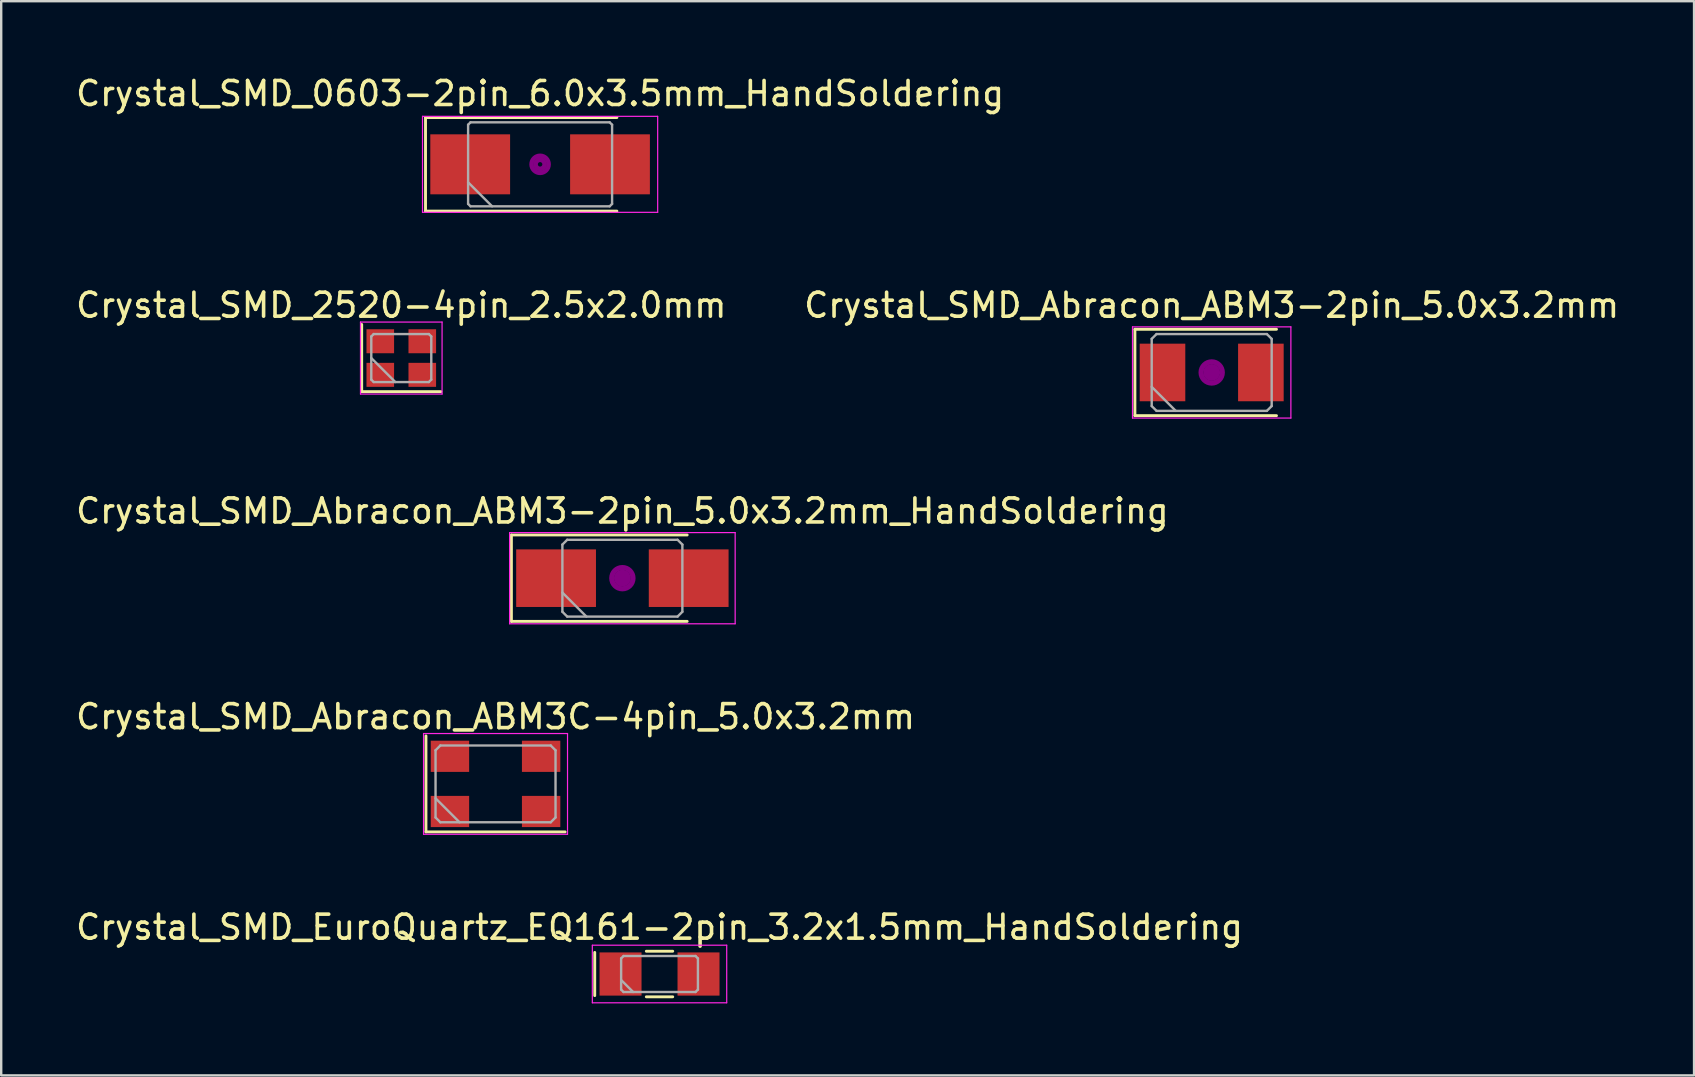
<source format=kicad_pcb>
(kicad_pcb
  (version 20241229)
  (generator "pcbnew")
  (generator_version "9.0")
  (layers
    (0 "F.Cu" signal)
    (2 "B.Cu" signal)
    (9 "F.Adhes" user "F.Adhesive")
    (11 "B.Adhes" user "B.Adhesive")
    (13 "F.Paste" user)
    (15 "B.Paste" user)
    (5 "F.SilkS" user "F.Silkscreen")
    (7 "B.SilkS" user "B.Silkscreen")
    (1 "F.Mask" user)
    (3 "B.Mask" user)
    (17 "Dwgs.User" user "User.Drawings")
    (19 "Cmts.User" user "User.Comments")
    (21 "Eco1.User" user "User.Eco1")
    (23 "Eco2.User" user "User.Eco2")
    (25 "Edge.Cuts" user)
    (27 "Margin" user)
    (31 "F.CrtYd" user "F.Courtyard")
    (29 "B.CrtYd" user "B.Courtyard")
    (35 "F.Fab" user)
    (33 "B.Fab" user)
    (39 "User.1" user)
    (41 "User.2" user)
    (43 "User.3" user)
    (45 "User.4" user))
  (footprint "Crystal_SMD_EuroQuartz_EQ161-2pin_3.2x1.5mm_HandSoldering"
    (layer "F.Cu")
    (at 24.435 37.541)
    (property "Reference" "Crystal_SMD_EuroQuartz_EQ161-2pin_3.2x1.5mm_HandSoldering" (at 0 -1.95 0) (layer "F.SilkS") (effects (font (size 1 1) (thickness 0.15))))
    (attr smd)
    (fp_line (start -2.7 -0.9) (end -2.7 0.9) (stroke (width 0.12) (type solid)) (layer "F.SilkS"))
    (fp_line (start -0.55 -0.95) (end 0.55 -0.95) (stroke (width 0.12) (type solid)) (layer "F.SilkS"))
    (fp_line (start -0.55 0.95) (end 0.55 0.95) (stroke (width 0.12) (type solid)) (layer "F.SilkS"))
    (fp_line (start -2.8 -1.2) (end -2.8 1.2) (stroke (width 0.05) (type solid)) (layer "F.CrtYd"))
    (fp_line (start -2.8 1.2) (end 2.8 1.2) (stroke (width 0.05) (type solid)) (layer "F.CrtYd"))
    (fp_line (start 2.8 -1.2) (end -2.8 -1.2) (stroke (width 0.05) (type solid)) (layer "F.CrtYd"))
    (fp_line (start 2.8 1.2) (end 2.8 -1.2) (stroke (width 0.05) (type solid)) (layer "F.CrtYd"))
    (fp_line (start -1.6 -0.65) (end -1.5 -0.75) (stroke (width 0.1) (type solid)) (layer "F.Fab"))
    (fp_line (start -1.6 0.25) (end -1.1 0.75) (stroke (width 0.1) (type solid)) (layer "F.Fab"))
    (fp_line (start -1.6 0.65) (end -1.6 -0.65) (stroke (width 0.1) (type solid)) (layer "F.Fab"))
    (fp_line (start -1.5 -0.75) (end 1.5 -0.75) (stroke (width 0.1) (type solid)) (layer "F.Fab"))
    (fp_line (start -1.5 0.75) (end -1.6 0.65) (stroke (width 0.1) (type solid)) (layer "F.Fab"))
    (fp_line (start 1.5 -0.75) (end 1.6 -0.65) (stroke (width 0.1) (type solid)) (layer "F.Fab"))
    (fp_line (start 1.5 0.75) (end -1.5 0.75) (stroke (width 0.1) (type solid)) (layer "F.Fab"))
    (fp_line (start 1.6 -0.65) (end 1.6 0.65) (stroke (width 0.1) (type solid)) (layer "F.Fab"))
    (fp_line (start 1.6 0.65) (end 1.5 0.75) (stroke (width 0.1) (type solid)) (layer "F.Fab"))
    (pad "1" smd rect (at -1.625 0) (size 1.75 1.8) (layers "F.Cu" "F.Mask"))
    (pad "2" smd rect (at 1.625 0) (size 1.75 1.8) (layers "F.Cu" "F.Mask")))
  (footprint "Crystal_SMD_0603-2pin_6.0x3.5mm_HandSoldering"
    (layer "F.Cu")
    (at 19.458 3.798)
    (property "Reference" "Crystal_SMD_0603-2pin_6.0x3.5mm_HandSoldering" (at 0 -2.95 0) (layer "F.SilkS") (effects (font (size 1 1) (thickness 0.15))))
    (attr smd)
    (fp_line (start -4.775 -1.95) (end -4.775 1.95) (stroke (width 0.12) (type solid)) (layer "F.SilkS"))
    (fp_line (start -4.775 1.95) (end 3.2 1.95) (stroke (width 0.12) (type solid)) (layer "F.SilkS"))
    (fp_line (start 3.2 -1.95) (end -4.775 -1.95) (stroke (width 0.12) (type solid)) (layer "F.SilkS"))
    (fp_circle (center 0 0) (end 0.093 0) (stroke (width 0.187) (type solid)) (fill no) (layer "F.Adhes"))
    (fp_circle (center 0 0) (end 0.213 0) (stroke (width 0.133) (type solid)) (fill no) (layer "F.Adhes"))
    (fp_circle (center 0 0) (end 0.333 0) (stroke (width 0.133) (type solid)) (fill no) (layer "F.Adhes"))
    (fp_circle (center 0 0) (end 0.4 0) (stroke (width 0.1) (type solid)) (fill no) (layer "F.Adhes"))
    (fp_line (start -4.9 -2) (end -4.9 2) (stroke (width 0.05) (type solid)) (layer "F.CrtYd"))
    (fp_line (start -4.9 2) (end 4.9 2) (stroke (width 0.05) (type solid)) (layer "F.CrtYd"))
    (fp_line (start 4.9 -2) (end -4.9 -2) (stroke (width 0.05) (type solid)) (layer "F.CrtYd"))
    (fp_line (start 4.9 2) (end 4.9 -2) (stroke (width 0.05) (type solid)) (layer "F.CrtYd"))
    (fp_line (start -3 -1.65) (end -2.9 -1.75) (stroke (width 0.1) (type solid)) (layer "F.Fab"))
    (fp_line (start -3 0.75) (end -2 1.75) (stroke (width 0.1) (type solid)) (layer "F.Fab"))
    (fp_line (start -3 1.65) (end -3 -1.65) (stroke (width 0.1) (type solid)) (layer "F.Fab"))
    (fp_line (start -2.9 -1.75) (end 2.9 -1.75) (stroke (width 0.1) (type solid)) (layer "F.Fab"))
    (fp_line (start -2.9 1.75) (end -3 1.65) (stroke (width 0.1) (type solid)) (layer "F.Fab"))
    (fp_line (start 2.9 -1.75) (end 3 -1.65) (stroke (width 0.1) (type solid)) (layer "F.Fab"))
    (fp_line (start 2.9 1.75) (end -2.9 1.75) (stroke (width 0.1) (type solid)) (layer "F.Fab"))
    (fp_line (start 3 -1.65) (end 3 1.65) (stroke (width 0.1) (type solid)) (layer "F.Fab"))
    (fp_line (start 3 1.65) (end 2.9 1.75) (stroke (width 0.1) (type solid)) (layer "F.Fab"))
    (pad "1" smd rect (at -2.913 0) (size 3.325 2.5) (layers "F.Cu" "F.Mask"))
    (pad "2" smd rect (at 2.913 0) (size 3.325 2.5) (layers "F.Cu" "F.Mask")))
  (footprint "Crystal_SMD_Abracon_ABM3-2pin_5.0x3.2mm_HandSoldering"
    (layer "F.Cu")
    (at 22.887 21.045)
    (property "Reference" "Crystal_SMD_Abracon_ABM3-2pin_5.0x3.2mm_HandSoldering" (at 0 -2.8 0) (layer "F.SilkS") (effects (font (size 1 1) (thickness 0.15))))
    (attr smd)
    (fp_line (start -4.625 -1.8) (end -4.625 1.8) (stroke (width 0.12) (type solid)) (layer "F.SilkS"))
    (fp_line (start -4.625 1.8) (end 2.7 1.8) (stroke (width 0.12) (type solid)) (layer "F.SilkS"))
    (fp_line (start 2.7 -1.8) (end -4.625 -1.8) (stroke (width 0.12) (type solid)) (layer "F.SilkS"))
    (fp_circle (center 0 0) (end 0.117 0) (stroke (width 0.233) (type solid)) (fill no) (layer "F.Adhes"))
    (fp_circle (center 0 0) (end 0.267 0) (stroke (width 0.167) (type solid)) (fill no) (layer "F.Adhes"))
    (fp_circle (center 0 0) (end 0.417 0) (stroke (width 0.167) (type solid)) (fill no) (layer "F.Adhes"))
    (fp_circle (center 0 0) (end 0.5 0) (stroke (width 0.1) (type solid)) (fill no) (layer "F.Adhes"))
    (fp_line (start -4.7 -1.9) (end -4.7 1.9) (stroke (width 0.05) (type solid)) (layer "F.CrtYd"))
    (fp_line (start -4.7 1.9) (end 4.7 1.9) (stroke (width 0.05) (type solid)) (layer "F.CrtYd"))
    (fp_line (start 4.7 -1.9) (end -4.7 -1.9) (stroke (width 0.05) (type solid)) (layer "F.CrtYd"))
    (fp_line (start 4.7 1.9) (end 4.7 -1.9) (stroke (width 0.05) (type solid)) (layer "F.CrtYd"))
    (fp_line (start -2.5 -1.4) (end -2.3 -1.6) (stroke (width 0.1) (type solid)) (layer "F.Fab"))
    (fp_line (start -2.5 0.6) (end -1.5 1.6) (stroke (width 0.1) (type solid)) (layer "F.Fab"))
    (fp_line (start -2.5 1.4) (end -2.5 -1.4) (stroke (width 0.1) (type solid)) (layer "F.Fab"))
    (fp_line (start -2.3 -1.6) (end 2.3 -1.6) (stroke (width 0.1) (type solid)) (layer "F.Fab"))
    (fp_line (start -2.3 1.6) (end -2.5 1.4) (stroke (width 0.1) (type solid)) (layer "F.Fab"))
    (fp_line (start 2.3 -1.6) (end 2.5 -1.4) (stroke (width 0.1) (type solid)) (layer "F.Fab"))
    (fp_line (start 2.3 1.6) (end -2.3 1.6) (stroke (width 0.1) (type solid)) (layer "F.Fab"))
    (fp_line (start 2.5 -1.4) (end 2.5 1.4) (stroke (width 0.1) (type solid)) (layer "F.Fab"))
    (fp_line (start 2.5 1.4) (end 2.3 1.6) (stroke (width 0.1) (type solid)) (layer "F.Fab"))
    (pad "1" smd rect (at -2.763 0) (size 3.325 2.4) (layers "F.Cu" "F.Mask"))
    (pad "2" smd rect (at 2.763 0) (size 3.325 2.4) (layers "F.Cu" "F.Mask")))
  (footprint "Crystal_SMD_Abracon_ABM3C-4pin_5.0x3.2mm"
    (layer "F.Cu")
    (at 17.601 29.618)
    (property "Reference" "Crystal_SMD_Abracon_ABM3C-4pin_5.0x3.2mm" (at 0 -2.8 0) (layer "F.SilkS") (effects (font (size 1 1) (thickness 0.15))))
    (attr smd)
    (fp_line (start -2.9 -2) (end -2.9 2) (stroke (width 0.12) (type solid)) (layer "F.SilkS"))
    (fp_line (start -2.9 2) (end 2.9 2) (stroke (width 0.12) (type solid)) (layer "F.SilkS"))
    (fp_line (start -3 -2.1) (end -3 2.1) (stroke (width 0.05) (type solid)) (layer "F.CrtYd"))
    (fp_line (start -3 2.1) (end 3 2.1) (stroke (width 0.05) (type solid)) (layer "F.CrtYd"))
    (fp_line (start 3 -2.1) (end -3 -2.1) (stroke (width 0.05) (type solid)) (layer "F.CrtYd"))
    (fp_line (start 3 2.1) (end 3 -2.1) (stroke (width 0.05) (type solid)) (layer "F.CrtYd"))
    (fp_line (start -2.5 -1.4) (end -2.3 -1.6) (stroke (width 0.1) (type solid)) (layer "F.Fab"))
    (fp_line (start -2.5 0.6) (end -1.5 1.6) (stroke (width 0.1) (type solid)) (layer "F.Fab"))
    (fp_line (start -2.5 1.4) (end -2.5 -1.4) (stroke (width 0.1) (type solid)) (layer "F.Fab"))
    (fp_line (start -2.3 -1.6) (end 2.3 -1.6) (stroke (width 0.1) (type solid)) (layer "F.Fab"))
    (fp_line (start -2.3 1.6) (end -2.5 1.4) (stroke (width 0.1) (type solid)) (layer "F.Fab"))
    (fp_line (start 2.3 -1.6) (end 2.5 -1.4) (stroke (width 0.1) (type solid)) (layer "F.Fab"))
    (fp_line (start 2.3 1.6) (end -2.3 1.6) (stroke (width 0.1) (type solid)) (layer "F.Fab"))
    (fp_line (start 2.5 -1.4) (end 2.5 1.4) (stroke (width 0.1) (type solid)) (layer "F.Fab"))
    (fp_line (start 2.5 1.4) (end 2.3 1.6) (stroke (width 0.1) (type solid)) (layer "F.Fab"))
    (pad "1" smd rect (at -1.9 1.15) (size 1.6 1.3) (layers "F.Cu" "F.Mask"))
    (pad "2" smd rect (at 1.9 1.15) (size 1.6 1.3) (layers "F.Cu" "F.Mask"))
    (pad "3" smd rect (at 1.9 -1.15) (size 1.6 1.3) (layers "F.Cu" "F.Mask"))
    (pad "4" smd rect (at -1.9 -1.15) (size 1.6 1.3) (layers "F.Cu" "F.Mask")))
  (footprint "Crystal_SMD_Abracon_ABM3-2pin_5.0x3.2mm"
    (layer "F.Cu")
    (at 47.446 12.472)
    (property "Reference" "Crystal_SMD_Abracon_ABM3-2pin_5.0x3.2mm" (at 0 -2.8 0) (layer "F.SilkS") (effects (font (size 1 1) (thickness 0.15))))
    (attr smd)
    (fp_line (start -3.2 -1.8) (end -3.2 1.8) (stroke (width 0.12) (type solid)) (layer "F.SilkS"))
    (fp_line (start -3.2 1.8) (end 2.7 1.8) (stroke (width 0.12) (type solid)) (layer "F.SilkS"))
    (fp_line (start 2.7 -1.8) (end -3.2 -1.8) (stroke (width 0.12) (type solid)) (layer "F.SilkS"))
    (fp_circle (center 0 0) (end 0.117 0) (stroke (width 0.233) (type solid)) (fill no) (layer "F.Adhes"))
    (fp_circle (center 0 0) (end 0.267 0) (stroke (width 0.167) (type solid)) (fill no) (layer "F.Adhes"))
    (fp_circle (center 0 0) (end 0.417 0) (stroke (width 0.167) (type solid)) (fill no) (layer "F.Adhes"))
    (fp_circle (center 0 0) (end 0.5 0) (stroke (width 0.1) (type solid)) (fill no) (layer "F.Adhes"))
    (fp_line (start -3.3 -1.9) (end -3.3 1.9) (stroke (width 0.05) (type solid)) (layer "F.CrtYd"))
    (fp_line (start -3.3 1.9) (end 3.3 1.9) (stroke (width 0.05) (type solid)) (layer "F.CrtYd"))
    (fp_line (start 3.3 -1.9) (end -3.3 -1.9) (stroke (width 0.05) (type solid)) (layer "F.CrtYd"))
    (fp_line (start 3.3 1.9) (end 3.3 -1.9) (stroke (width 0.05) (type solid)) (layer "F.CrtYd"))
    (fp_line (start -2.5 -1.4) (end -2.3 -1.6) (stroke (width 0.1) (type solid)) (layer "F.Fab"))
    (fp_line (start -2.5 0.6) (end -1.5 1.6) (stroke (width 0.1) (type solid)) (layer "F.Fab"))
    (fp_line (start -2.5 1.4) (end -2.5 -1.4) (stroke (width 0.1) (type solid)) (layer "F.Fab"))
    (fp_line (start -2.3 -1.6) (end 2.3 -1.6) (stroke (width 0.1) (type solid)) (layer "F.Fab"))
    (fp_line (start -2.3 1.6) (end -2.5 1.4) (stroke (width 0.1) (type solid)) (layer "F.Fab"))
    (fp_line (start 2.3 -1.6) (end 2.5 -1.4) (stroke (width 0.1) (type solid)) (layer "F.Fab"))
    (fp_line (start 2.3 1.6) (end -2.3 1.6) (stroke (width 0.1) (type solid)) (layer "F.Fab"))
    (fp_line (start 2.5 -1.4) (end 2.5 1.4) (stroke (width 0.1) (type solid)) (layer "F.Fab"))
    (fp_line (start 2.5 1.4) (end 2.3 1.6) (stroke (width 0.1) (type solid)) (layer "F.Fab"))
    (pad "1" smd rect (at -2.05 0) (size 1.9 2.4) (layers "F.Cu" "F.Mask"))
    (pad "2" smd rect (at 2.05 0) (size 1.9 2.4) (layers "F.Cu" "F.Mask")))
  (footprint "Crystal_SMD_2520-4pin_2.5x2.0mm"
    (layer "F.Cu")
    (at 13.673 11.871)
    (property "Reference" "Crystal_SMD_2520-4pin_2.5x2.0mm" (at 0 -2.2 0) (layer "F.SilkS") (effects (font (size 1 1) (thickness 0.15))))
    (attr smd)
    (fp_line (start -1.65 -1.4) (end -1.65 1.4) (stroke (width 0.12) (type solid)) (layer "F.SilkS"))
    (fp_line (start -1.65 1.4) (end 1.65 1.4) (stroke (width 0.12) (type solid)) (layer "F.SilkS"))
    (fp_line (start -1.7 -1.5) (end -1.7 1.5) (stroke (width 0.05) (type solid)) (layer "F.CrtYd"))
    (fp_line (start -1.7 1.5) (end 1.7 1.5) (stroke (width 0.05) (type solid)) (layer "F.CrtYd"))
    (fp_line (start 1.7 -1.5) (end -1.7 -1.5) (stroke (width 0.05) (type solid)) (layer "F.CrtYd"))
    (fp_line (start 1.7 1.5) (end 1.7 -1.5) (stroke (width 0.05) (type solid)) (layer "F.CrtYd"))
    (fp_line (start -1.25 -0.9) (end -1.15 -1) (stroke (width 0.1) (type solid)) (layer "F.Fab"))
    (fp_line (start -1.25 0) (end -0.25 1) (stroke (width 0.1) (type solid)) (layer "F.Fab"))
    (fp_line (start -1.25 0.9) (end -1.25 -0.9) (stroke (width 0.1) (type solid)) (layer "F.Fab"))
    (fp_line (start -1.15 -1) (end 1.15 -1) (stroke (width 0.1) (type solid)) (layer "F.Fab"))
    (fp_line (start -1.15 1) (end -1.25 0.9) (stroke (width 0.1) (type solid)) (layer "F.Fab"))
    (fp_line (start 1.15 -1) (end 1.25 -0.9) (stroke (width 0.1) (type solid)) (layer "F.Fab"))
    (fp_line (start 1.15 1) (end -1.15 1) (stroke (width 0.1) (type solid)) (layer "F.Fab"))
    (fp_line (start 1.25 -0.9) (end 1.25 0.9) (stroke (width 0.1) (type solid)) (layer "F.Fab"))
    (fp_line (start 1.25 0.9) (end 1.15 1) (stroke (width 0.1) (type solid)) (layer "F.Fab"))
    (pad "1" smd rect (at -0.875 0.7) (size 1.15 1) (layers "F.Cu" "F.Mask"))
    (pad "2" smd rect (at 0.875 0.7) (size 1.15 1) (layers "F.Cu" "F.Mask"))
    (pad "3" smd rect (at 0.875 -0.7) (size 1.15 1) (layers "F.Cu" "F.Mask"))
    (pad "4" smd rect (at -0.875 -0.7) (size 1.15 1) (layers "F.Cu" "F.Mask")))
  (gr_rect
    (start -3 -3)
    (end 67.548 41.766)
    (stroke (width 0.1) (type default))
    (fill no)
    (layer "Edge.Cuts")))
</source>
